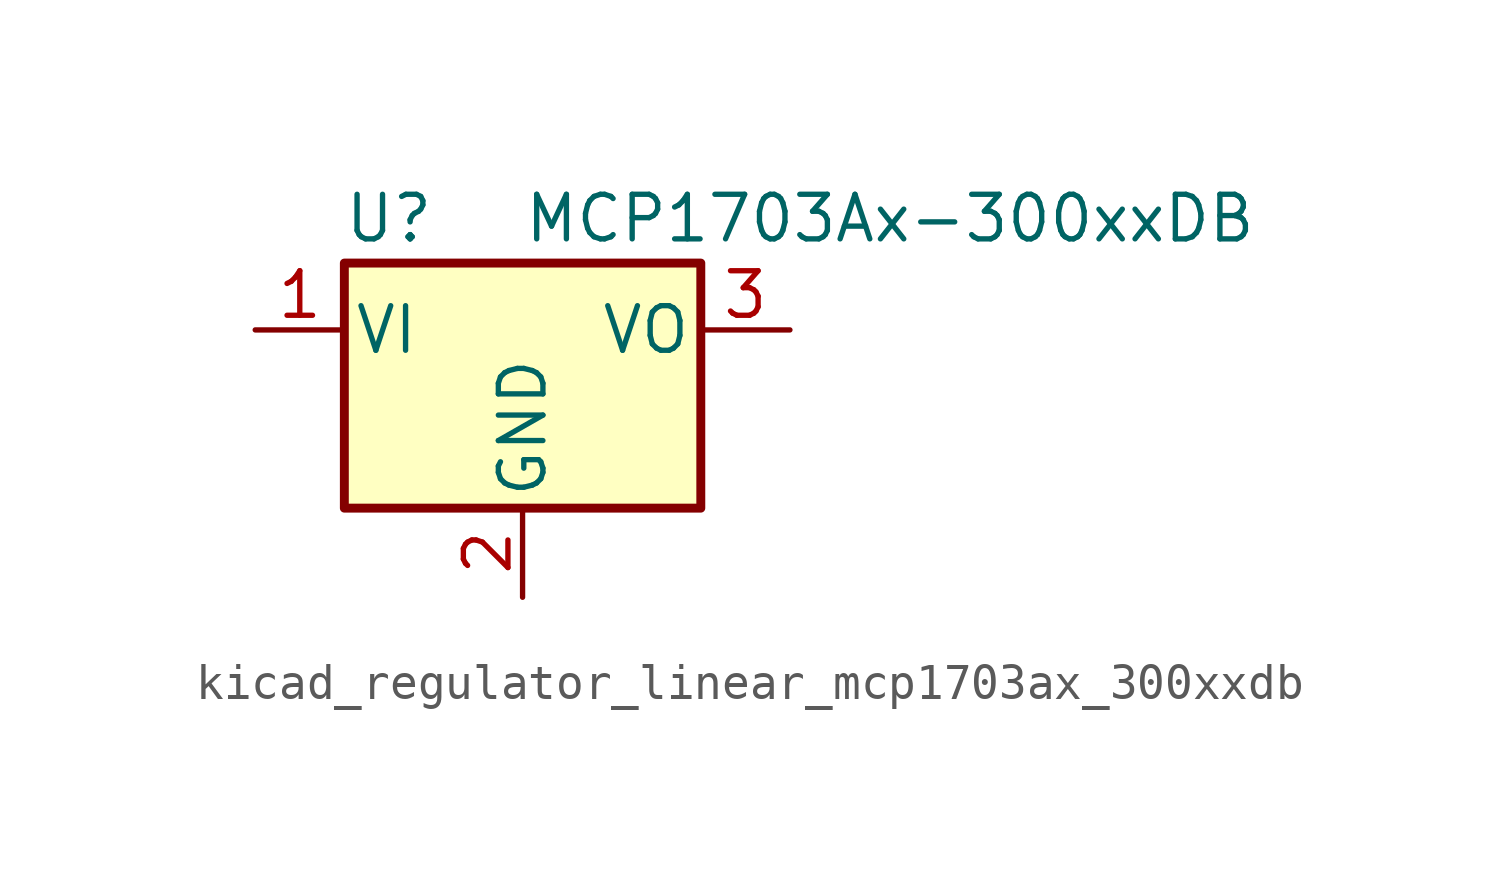
<source format=kicad_sym>
(kicad_symbol_lib
  (version 20220914)
  (generator kicad_symbol_editor)
  (symbol "kicad_regulator_linear_mcp1703ax_300xxdb"
    (pin_names
      (offset 0.254))
    (property "Reference" "U"
      (at -3.81 3.175 0)
      (effects (font (size 1.27 1.27))))
    (property "Value" "MCP1703Ax-300xxDB"
      (at 0 3.175 0)
      (effects (font (size 1.27 1.27)) (justify left)))
    (symbol "kicad_regulator_linear_mcp1703ax_300xxdb_0_1"
      (rectangle (start -5.08 -5.08) (end 5.08 1.905) (stroke (width 0.254) (type default)) (fill (type background))))
    (symbol "kicad_regulator_linear_mcp1703ax_300xxdb_1_1"
      (pin power_in line (at -7.62 0 0) (length 2.54) (name "VI" (effects (font (size 1.27 1.27)))) (number "1" (effects (font (size 1.27 1.27)))))
      (pin power_in line (at 0 -7.62 90) (length 2.54) (name "GND" (effects (font (size 1.27 1.27)))) (number "2" (effects (font (size 1.27 1.27)))))
      (pin power_out line (at 7.62 0 180) (length 2.54) (name "VO" (effects (font (size 1.27 1.27)))) (number "3" (effects (font (size 1.27 1.27))))))))
</source>
